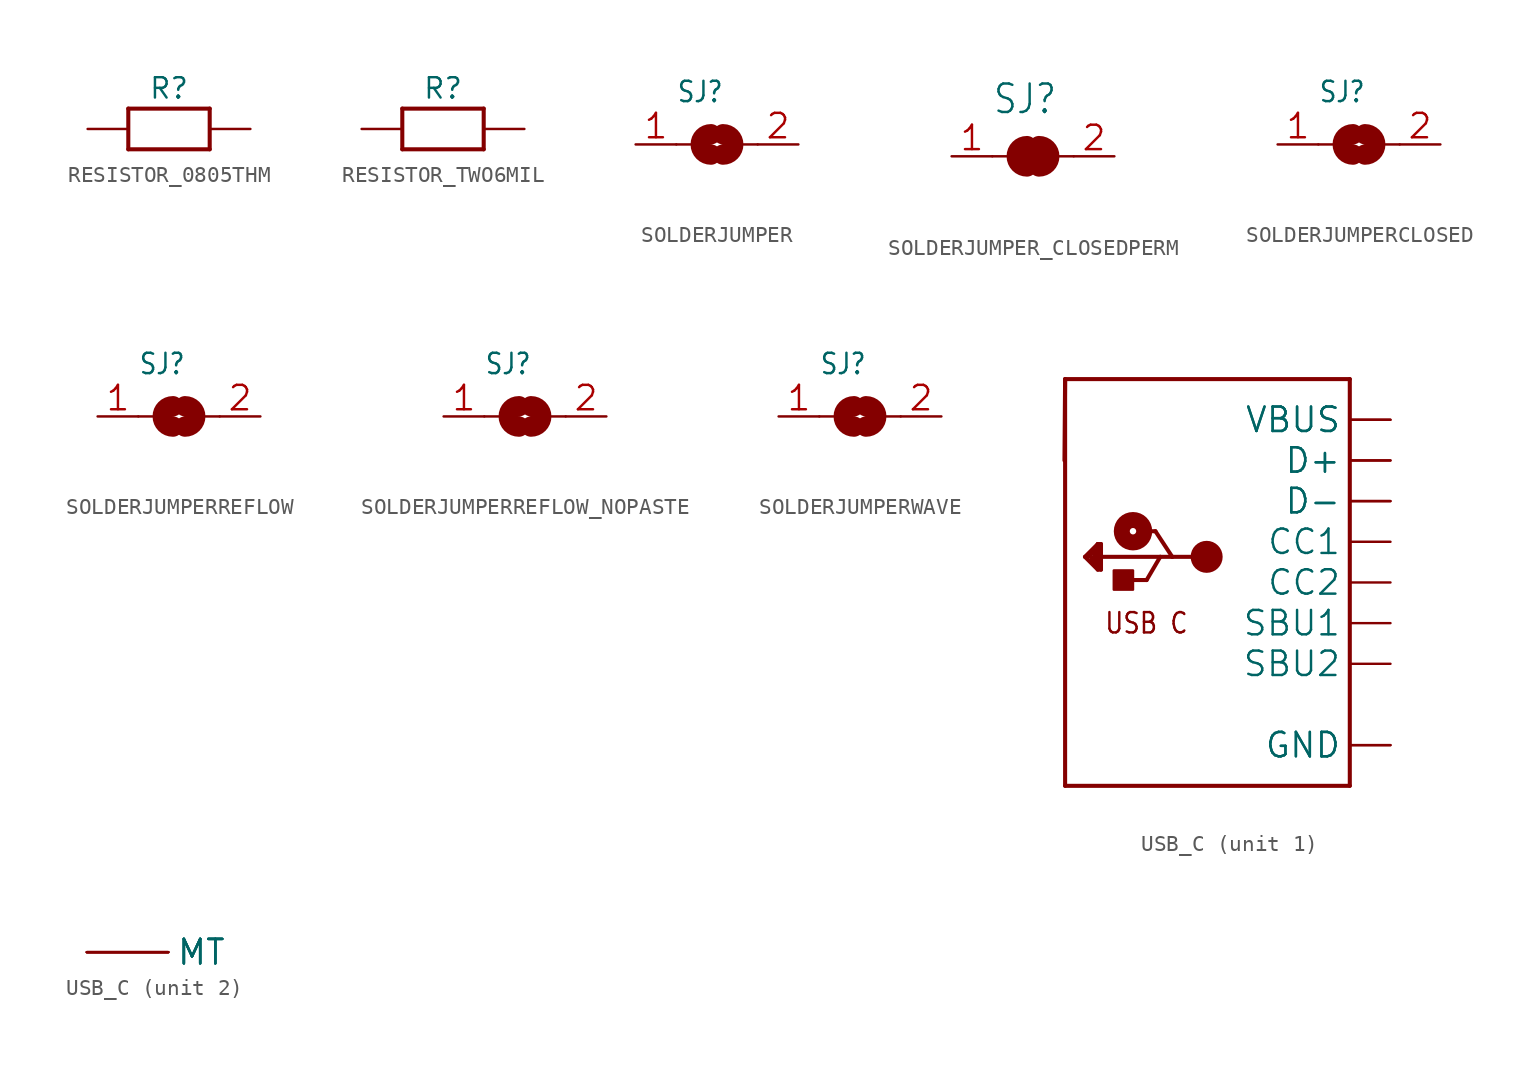
<source format=kicad_sym>
(kicad_symbol_lib
  (version 20241209)
  (generator "kicad_symbol_editor")
  (generator_version "9.0")
  (symbol "RESISTOR_0805THM"
    (property "Reference" "R"
      (at 0 2.54 0)
      (effects (font (size 1.27 1.27))))
    (property "Value" ""
      (at 0 0 0)
      (effects (font (size 1.016 1.016) (thickness 0.203) (bold yes))))
    (property "ki_locked" ""
      (at 0 0 0)
      (effects (font (size 1.27 1.27))))
    (symbol "RESISTOR_0805THM_1_0"
      (polyline (pts (xy -2.54 1.27) (xy 2.54 1.27)) (stroke (width 0.254) (type solid)) (fill (type none)))
      (polyline (pts (xy -2.54 -1.27) (xy -2.54 1.27)) (stroke (width 0.254) (type solid)) (fill (type none)))
      (polyline (pts (xy 2.54 1.27) (xy 2.54 -1.27)) (stroke (width 0.254) (type solid)) (fill (type none)))
      (polyline (pts (xy 2.54 -1.27) (xy -2.54 -1.27)) (stroke (width 0.254) (type solid)) (fill (type none)))
      (pin passive line (at -5.08 0 0) (length 2.54) (name "1" (effects (font (size 0 0)))) (number "1" (effects (font (size 0 0)))))
      (pin passive line (at 5.08 0 180) (length 2.54) (name "2" (effects (font (size 0 0)))) (number "2" (effects (font (size 0 0)))))))
  (symbol "RESISTOR_TWO6MIL"
    (property "Reference" "R"
      (at 0 2.54 0)
      (effects (font (size 1.27 1.27))))
    (property "Value" ""
      (at 0 0 0)
      (effects (font (size 1.016 1.016) (thickness 0.203) (bold yes))))
    (property "ki_locked" ""
      (at 0 0 0)
      (effects (font (size 1.27 1.27))))
    (symbol "RESISTOR_TWO6MIL_1_0"
      (polyline (pts (xy -2.54 1.27) (xy 2.54 1.27)) (stroke (width 0.254) (type solid)) (fill (type none)))
      (polyline (pts (xy -2.54 -1.27) (xy -2.54 1.27)) (stroke (width 0.254) (type solid)) (fill (type none)))
      (polyline (pts (xy 2.54 1.27) (xy 2.54 -1.27)) (stroke (width 0.254) (type solid)) (fill (type none)))
      (polyline (pts (xy 2.54 -1.27) (xy -2.54 -1.27)) (stroke (width 0.254) (type solid)) (fill (type none)))
      (pin passive line (at -5.08 0 0) (length 2.54) (name "1" (effects (font (size 0 0)))) (number "1" (effects (font (size 0 0)))))
      (pin passive line (at 5.08 0 180) (length 2.54) (name "2" (effects (font (size 0 0)))) (number "2" (effects (font (size 0 0)))))))
  (symbol "SOLDERJUMPER"
    (property "Reference" "SJ"
      (at -2.54 2.54 0)
      (effects (font (size 1.27 1.079)) (justify left bottom)))
    (property "Value" ""
      (at -2.54 -3.81 0)
      (effects (font (size 1.27 1.079)) (justify left bottom)))
    (property "ki_locked" ""
      (at 0 0 0)
      (effects (font (size 1.27 1.27))))
    (symbol "SOLDERJUMPER_1_0"
      (polyline (pts (xy -2.54 0) (xy -1.651 0)) (stroke (width 0.152) (type solid)) (fill (type none)))
      (arc (start -0.381 -0.635) (mid -1.0159 0.0001) (end -0.3808 0.635) (stroke (width 1.27) (type solid)) (fill (type none)))
      (arc (start 0.381 0.635) (mid 1.0159 -0.0001) (end 0.3808 -0.635) (stroke (width 1.27) (type solid)) (fill (type none)))
      (polyline (pts (xy 2.54 0) (xy 1.651 0)) (stroke (width 0.152) (type solid)) (fill (type none)))
      (pin passive line (at -5.08 0 0) (length 2.54) (name "1" (effects (font (size 0 0)))) (number "1" (effects (font (size 1.524 1.524)))))
      (pin passive line (at 5.08 0 180) (length 2.54) (name "2" (effects (font (size 0 0)))) (number "2" (effects (font (size 1.524 1.524)))))))
  (symbol "SOLDERJUMPER_CLOSEDPERM"
    (property "Reference" "SJ"
      (at -2.54 2.54 0)
      (effects (font (size 1.778 1.511)) (justify left bottom)))
    (property "Value" ""
      (at -2.54 -3.81 0)
      (effects (font (size 1.778 1.511)) (justify left bottom)))
    (property "ki_locked" ""
      (at 0 0 0)
      (effects (font (size 1.27 1.27))))
    (symbol "SOLDERJUMPER_CLOSEDPERM_1_0"
      (polyline (pts (xy -2.54 0) (xy -1.651 0)) (stroke (width 0.152) (type solid)) (fill (type none)))
      (polyline (pts (xy -0.635 0) (xy 0.635 0)) (stroke (width 0.406) (type solid)) (fill (type none)))
      (arc (start -0.381 -0.635) (mid -1.0159 0.0001) (end -0.3808 0.635) (stroke (width 1.27) (type solid)) (fill (type none)))
      (arc (start 0.381 0.635) (mid 1.0159 -0.0001) (end 0.3808 -0.635) (stroke (width 1.27) (type solid)) (fill (type none)))
      (polyline (pts (xy 2.54 0) (xy 1.651 0)) (stroke (width 0.152) (type solid)) (fill (type none)))
      (pin passive line (at -5.08 0 0) (length 2.54) (name "1" (effects (font (size 0 0)))) (number "1" (effects (font (size 1.524 1.524)))))
      (pin passive line (at 5.08 0 180) (length 2.54) (name "2" (effects (font (size 0 0)))) (number "2" (effects (font (size 1.524 1.524)))))))
  (symbol "SOLDERJUMPERCLOSED"
    (property "Reference" "SJ"
      (at -2.54 2.54 0)
      (effects (font (size 1.27 1.079)) (justify left bottom)))
    (property "Value" ""
      (at -2.54 -3.81 0)
      (effects (font (size 1.27 1.079)) (justify left bottom)))
    (property "ki_locked" ""
      (at 0 0 0)
      (effects (font (size 1.27 1.27))))
    (symbol "SOLDERJUMPERCLOSED_1_0"
      (polyline (pts (xy -2.54 0) (xy -1.651 0)) (stroke (width 0.152) (type solid)) (fill (type none)))
      (arc (start -0.381 -0.635) (mid -1.0159 0.0001) (end -0.3808 0.635) (stroke (width 1.27) (type solid)) (fill (type none)))
      (arc (start 0.381 0.635) (mid 1.0159 -0.0001) (end 0.3808 -0.635) (stroke (width 1.27) (type solid)) (fill (type none)))
      (polyline (pts (xy 2.54 0) (xy 1.651 0)) (stroke (width 0.152) (type solid)) (fill (type none)))
      (pin passive line (at -5.08 0 0) (length 2.54) (name "1" (effects (font (size 0 0)))) (number "1" (effects (font (size 1.524 1.524)))))
      (pin passive line (at 5.08 0 180) (length 2.54) (name "2" (effects (font (size 0 0)))) (number "2" (effects (font (size 1.524 1.524)))))))
  (symbol "SOLDERJUMPERREFLOW"
    (property "Reference" "SJ"
      (at -2.54 2.54 0)
      (effects (font (size 1.27 1.079)) (justify left bottom)))
    (property "Value" ""
      (at -2.54 -3.81 0)
      (effects (font (size 1.27 1.079)) (justify left bottom)))
    (property "ki_locked" ""
      (at 0 0 0)
      (effects (font (size 1.27 1.27))))
    (symbol "SOLDERJUMPERREFLOW_1_0"
      (polyline (pts (xy -2.54 0) (xy -1.651 0)) (stroke (width 0.152) (type solid)) (fill (type none)))
      (arc (start -0.381 -0.635) (mid -1.0159 0.0001) (end -0.3808 0.635) (stroke (width 1.27) (type solid)) (fill (type none)))
      (arc (start 0.381 0.635) (mid 1.0159 -0.0001) (end 0.3808 -0.635) (stroke (width 1.27) (type solid)) (fill (type none)))
      (polyline (pts (xy 2.54 0) (xy 1.651 0)) (stroke (width 0.152) (type solid)) (fill (type none)))
      (pin passive line (at -5.08 0 0) (length 2.54) (name "1" (effects (font (size 0 0)))) (number "1" (effects (font (size 1.524 1.524)))))
      (pin passive line (at 5.08 0 180) (length 2.54) (name "2" (effects (font (size 0 0)))) (number "2" (effects (font (size 1.524 1.524)))))))
  (symbol "SOLDERJUMPERREFLOW_NOPASTE"
    (property "Reference" "SJ"
      (at -2.54 2.54 0)
      (effects (font (size 1.27 1.079)) (justify left bottom)))
    (property "Value" ""
      (at -2.54 -3.81 0)
      (effects (font (size 1.27 1.079)) (justify left bottom)))
    (property "ki_locked" ""
      (at 0 0 0)
      (effects (font (size 1.27 1.27))))
    (symbol "SOLDERJUMPERREFLOW_NOPASTE_1_0"
      (polyline (pts (xy -2.54 0) (xy -1.651 0)) (stroke (width 0.152) (type solid)) (fill (type none)))
      (arc (start -0.381 -0.635) (mid -1.0159 0.0001) (end -0.3808 0.635) (stroke (width 1.27) (type solid)) (fill (type none)))
      (arc (start 0.381 0.635) (mid 1.0159 -0.0001) (end 0.3808 -0.635) (stroke (width 1.27) (type solid)) (fill (type none)))
      (polyline (pts (xy 2.54 0) (xy 1.651 0)) (stroke (width 0.152) (type solid)) (fill (type none)))
      (pin passive line (at -5.08 0 0) (length 2.54) (name "1" (effects (font (size 0 0)))) (number "1" (effects (font (size 1.524 1.524)))))
      (pin passive line (at 5.08 0 180) (length 2.54) (name "2" (effects (font (size 0 0)))) (number "2" (effects (font (size 1.524 1.524)))))))
  (symbol "SOLDERJUMPERWAVE"
    (property "Reference" "SJ"
      (at -2.54 2.54 0)
      (effects (font (size 1.27 1.079)) (justify left bottom)))
    (property "Value" ""
      (at -2.54 -3.81 0)
      (effects (font (size 1.27 1.079)) (justify left bottom)))
    (property "ki_locked" ""
      (at 0 0 0)
      (effects (font (size 1.27 1.27))))
    (symbol "SOLDERJUMPERWAVE_1_0"
      (polyline (pts (xy -2.54 0) (xy -1.651 0)) (stroke (width 0.152) (type solid)) (fill (type none)))
      (arc (start -0.381 -0.635) (mid -1.0159 0.0001) (end -0.3808 0.635) (stroke (width 1.27) (type solid)) (fill (type none)))
      (arc (start 0.381 0.635) (mid 1.0159 -0.0001) (end 0.3808 -0.635) (stroke (width 1.27) (type solid)) (fill (type none)))
      (polyline (pts (xy 2.54 0) (xy 1.651 0)) (stroke (width 0.152) (type solid)) (fill (type none)))
      (pin passive line (at -5.08 0 0) (length 2.54) (name "1" (effects (font (size 0 0)))) (number "1" (effects (font (size 1.524 1.524)))))
      (pin passive line (at 5.08 0 180) (length 2.54) (name "2" (effects (font (size 0 0)))) (number "2" (effects (font (size 1.524 1.524)))))))
  (symbol "USB_C"
    (property "Reference" "X"
      (at -10.16 13.716 0)
      (effects (font (size 1.27 1.079)) (justify left bottom) (hide yes)))
    (property "ki_locked" ""
      (at 0 0 0)
      (effects (font (size 1.27 1.27))))
    (symbol "USB_C_1_0"
      (polyline (pts (xy -10.2 7.62) (xy -10.16 12.7)) (stroke (width 0.254) (type solid)) (fill (type none)))
      (polyline (pts (xy -10.16 12.7) (xy -10.16 -12.7)) (stroke (width 0.254) (type solid)) (fill (type none)))
      (polyline (pts (xy -10.16 12.7) (xy 7.62 12.7)) (stroke (width 0.254) (type solid)) (fill (type none)))
      (polyline (pts (xy -10.16 -12.7) (xy 7.62 -12.7)) (stroke (width 0.254) (type solid)) (fill (type none)))
      (polyline (pts (xy -8.92 1.6) (xy -8.12 2.4)) (stroke (width 0.254) (type solid)) (fill (type none)))
      (polyline (pts (xy -8.52 1.6) (xy -8.52 1.4)) (stroke (width 0.254) (type solid)) (fill (type none)))
      (polyline (pts (xy -8.52 1.4) (xy -8.32 1.2)) (stroke (width 0.254) (type solid)) (fill (type none)))
      (polyline (pts (xy -8.32 2) (xy -8.72 1.6)) (stroke (width 0.254) (type solid)) (fill (type none)))
      (polyline (pts (xy -8.32 1.2) (xy -8.32 2)) (stroke (width 0.254) (type solid)) (fill (type none)))
      (polyline (pts (xy -8.12 2.4) (xy -7.92 2.4)) (stroke (width 0.254) (type solid)) (fill (type none)))
      (polyline (pts (xy -8.12 1) (xy -8.12 2.4)) (stroke (width 0.254) (type solid)) (fill (type none)))
      (polyline (pts (xy -8.12 0.8) (xy -8.92 1.6)) (stroke (width 0.254) (type solid)) (fill (type none)))
      (polyline (pts (xy -7.92 2.4) (xy -7.92 1.6)) (stroke (width 0.254) (type solid)) (fill (type none)))
      (polyline (pts (xy -7.92 1.6) (xy -7.92 0.8)) (stroke (width 0.254) (type solid)) (fill (type none)))
      (polyline (pts (xy -7.92 0.8) (xy -8.12 0.8)) (stroke (width 0.254) (type solid)) (fill (type none)))
      (rectangle (start -7.12 -0.45) (end -5.92 0.75) (stroke (width 0) (type default)) (fill (type outline)))
      (polyline (pts (xy -6.27 0.15) (xy -5.07 0.15)) (stroke (width 0.254) (type solid)) (fill (type none)))
      (circle (center -5.92 3.2) (radius 0.2) (stroke (width 1) (type solid)) (fill (type none)))
      (polyline (pts (xy -5.52 3.2) (xy -4.52 3.2)) (stroke (width 0.254) (type solid)) (fill (type none)))
      (polyline (pts (xy -5.07 0.15) (xy -4.22 1.6)) (stroke (width 0.254) (type solid)) (fill (type none)))
      (polyline (pts (xy -4.52 3.2) (xy -3.47 1.6)) (stroke (width 0.254) (type solid)) (fill (type none)))
      (polyline (pts (xy -4.22 1.6) (xy -7.92 1.6)) (stroke (width 0.254) (type solid)) (fill (type none)))
      (polyline (pts (xy -3.47 1.6) (xy -4.22 1.6)) (stroke (width 0.254) (type solid)) (fill (type none)))
      (circle (center -1.32 1.6) (radius 0.5) (stroke (width 1) (type solid)) (fill (type none)))
      (polyline (pts (xy -1.32 1.6) (xy -3.47 1.6)) (stroke (width 0.254) (type solid)) (fill (type none)))
      (polyline (pts (xy 7.62 12.7) (xy 7.62 -12.7)) (stroke (width 0.254) (type solid)) (fill (type none)))
      (text "USB C" (at -5.08 -2.54 0) (effects (font (size 1.27 1.079))))
      (pin power_in line (at 10.16 10.16 180) (length 2.54) (name "VBUS" (effects (font (size 1.524 1.524)))) (number "A4B9" (effects (font (size 0 0)))))
      (pin power_in line (at 10.16 10.16 180) (length 2.54) (name "VBUS" (effects (font (size 1.524 1.524)))) (number "B4A9" (effects (font (size 0 0)))))
      (pin bidirectional line (at 10.16 7.62 180) (length 2.54) (name "D+" (effects (font (size 1.524 1.524)))) (number "A6" (effects (font (size 0 0)))))
      (pin bidirectional line (at 10.16 7.62 180) (length 2.54) (name "D+" (effects (font (size 1.524 1.524)))) (number "B6" (effects (font (size 0 0)))))
      (pin bidirectional line (at 10.16 5.08 180) (length 2.54) (name "D-" (effects (font (size 1.524 1.524)))) (number "A7" (effects (font (size 0 0)))))
      (pin bidirectional line (at 10.16 5.08 180) (length 2.54) (name "D-" (effects (font (size 1.524 1.524)))) (number "B7" (effects (font (size 0 0)))))
      (pin bidirectional line (at 10.16 2.54 180) (length 2.54) (name "CC1" (effects (font (size 1.524 1.524)))) (number "A5" (effects (font (size 0 0)))))
      (pin bidirectional line (at 10.16 0 180) (length 2.54) (name "CC2" (effects (font (size 1.524 1.524)))) (number "B5" (effects (font (size 0 0)))))
      (pin bidirectional line (at 10.16 -2.54 180) (length 2.54) (name "SBU1" (effects (font (size 1.524 1.524)))) (number "A8" (effects (font (size 0 0)))))
      (pin bidirectional line (at 10.16 -5.08 180) (length 2.54) (name "SBU2" (effects (font (size 1.524 1.524)))) (number "B8" (effects (font (size 0 0)))))
      (pin power_in line (at 10.16 -10.16 180) (length 2.54) (name "GND" (effects (font (size 1.524 1.524)))) (number "A1B12" (effects (font (size 0 0)))))
      (pin power_in line (at 10.16 -10.16 180) (length 2.54) (name "GND" (effects (font (size 1.524 1.524)))) (number "B1A12" (effects (font (size 0 0))))))
    (symbol "USB_C_2_0"
      (pin bidirectional line (at 0 0 0) (length 5.08) (name "MT" (effects (font (size 1.524 1.524)))) (number "M1" (effects (font (size 0 0)))))
      (pin bidirectional line (at 0 0 0) (length 5.08) (name "MT" (effects (font (size 1.524 1.524)))) (number "M2" (effects (font (size 0 0)))))
      (pin bidirectional line (at 0 0 0) (length 5.08) (name "MT" (effects (font (size 1.524 1.524)))) (number "M3" (effects (font (size 0 0)))))
      (pin bidirectional line (at 0 0 0) (length 5.08) (name "MT" (effects (font (size 1.524 1.524)))) (number "M4" (effects (font (size 0 0))))))))
</source>
